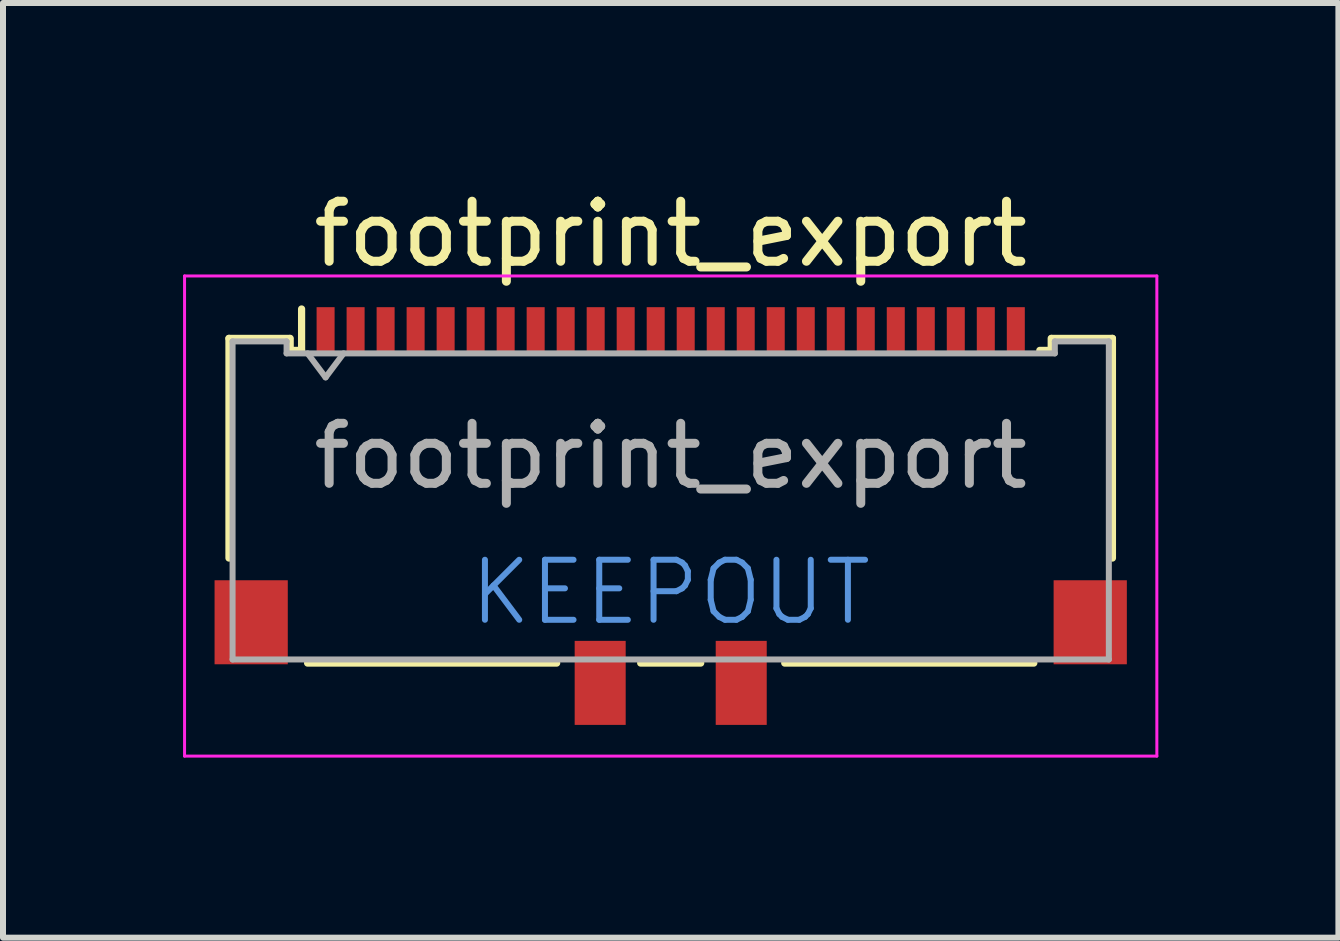
<source format=kicad_pcb>
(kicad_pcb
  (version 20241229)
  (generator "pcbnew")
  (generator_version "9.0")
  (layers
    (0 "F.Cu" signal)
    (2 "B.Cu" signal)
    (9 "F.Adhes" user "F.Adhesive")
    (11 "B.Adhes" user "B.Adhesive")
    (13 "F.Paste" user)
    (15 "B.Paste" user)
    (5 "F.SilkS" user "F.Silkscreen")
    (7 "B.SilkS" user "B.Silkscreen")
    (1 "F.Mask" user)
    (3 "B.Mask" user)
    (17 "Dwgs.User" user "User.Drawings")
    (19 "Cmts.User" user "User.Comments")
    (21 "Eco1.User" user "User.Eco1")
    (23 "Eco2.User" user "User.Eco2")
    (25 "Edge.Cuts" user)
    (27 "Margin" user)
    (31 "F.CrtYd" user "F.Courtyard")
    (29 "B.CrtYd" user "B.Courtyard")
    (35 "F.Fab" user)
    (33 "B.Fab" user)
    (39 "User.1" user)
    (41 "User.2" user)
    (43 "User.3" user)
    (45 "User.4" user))
  (footprint "footprint_export"
    (layer "F.Cu")
    (at 8.125 5.548)
    (property "Reference" "footprint_export" (at 0 -4.7 0) (layer "F.SilkS") (effects (font (size 1 1) (thickness 0.15))))
    (attr smd)
    (fp_line (start -7.36 -2.96) (end -6.35 -2.96) (stroke (width 0.12) (type solid)) (layer "F.SilkS"))
    (fp_line (start -7.36 0.7) (end -7.36 -2.96) (stroke (width 0.12) (type solid)) (layer "F.SilkS"))
    (fp_line (start -6.34 -2.76) (end -6.34 -2.96) (stroke (width 0.12) (type solid)) (layer "F.SilkS"))
    (fp_line (start -6.34 -2.76) (end -6.15 -2.76) (stroke (width 0.12) (type solid)) (layer "F.SilkS"))
    (fp_line (start -6.15 -2.76) (end -6.15 -3.45) (stroke (width 0.12) (type solid)) (layer "F.SilkS"))
    (fp_line (start -6.05 2.45) (end -1.9 2.45) (stroke (width 0.12) (type solid)) (layer "F.SilkS"))
    (fp_line (start -0.5 2.45) (end 0.5 2.45) (stroke (width 0.12) (type solid)) (layer "F.SilkS"))
    (fp_line (start 1.9 2.45) (end 6.05 2.45) (stroke (width 0.12) (type solid)) (layer "F.SilkS"))
    (fp_line (start 6.34 -2.96) (end 6.34 -2.76) (stroke (width 0.12) (type solid)) (layer "F.SilkS"))
    (fp_line (start 6.34 -2.76) (end 6.15 -2.76) (stroke (width 0.12) (type solid)) (layer "F.SilkS"))
    (fp_line (start 6.35 -2.96) (end 7.36 -2.96) (stroke (width 0.12) (type solid)) (layer "F.SilkS"))
    (fp_line (start 7.36 -2.96) (end 7.36 0.7) (stroke (width 0.12) (type solid)) (layer "F.SilkS"))
    (fp_line (start -8.1 -4) (end 8.1 -4) (stroke (width 0.05) (type solid)) (layer "F.CrtYd"))
    (fp_line (start -8.1 4) (end -8.1 -4) (stroke (width 0.05) (type solid)) (layer "F.CrtYd"))
    (fp_line (start 8.1 -4) (end 8.1 4) (stroke (width 0.05) (type solid)) (layer "F.CrtYd"))
    (fp_line (start 8.1 4) (end -8.1 4) (stroke (width 0.05) (type solid)) (layer "F.CrtYd"))
    (fp_line (start -7.3 -2.91) (end -7.3 2.39) (stroke (width 0.1) (type solid)) (layer "F.Fab"))
    (fp_line (start -7.3 2.39) (end 7.3 2.39) (stroke (width 0.1) (type solid)) (layer "F.Fab"))
    (fp_line (start -6.4 -2.91) (end -7.3 -2.91) (stroke (width 0.1) (type solid)) (layer "F.Fab"))
    (fp_line (start -6.4 -2.71) (end -6.4 -2.91) (stroke (width 0.1) (type solid)) (layer "F.Fab"))
    (fp_line (start -6.05 -2.71) (end -5.75 -2.31) (stroke (width 0.1) (type solid)) (layer "F.Fab"))
    (fp_line (start -5.75 -2.31) (end -5.45 -2.71) (stroke (width 0.1) (type solid)) (layer "F.Fab"))
    (fp_line (start 6.4 -2.91) (end 6.4 -2.71) (stroke (width 0.1) (type solid)) (layer "F.Fab"))
    (fp_line (start 6.4 -2.71) (end -6.4 -2.71) (stroke (width 0.1) (type solid)) (layer "F.Fab"))
    (fp_line (start 7.3 -2.91) (end 6.4 -2.91) (stroke (width 0.1) (type solid)) (layer "F.Fab"))
    (fp_line (start 7.3 -2.91) (end 7.3 2.39) (stroke (width 0.1) (type solid)) (layer "F.Fab"))
    (fp_text user "KEEPOUT" (at 0 1.271 0) (layer "Cmts.User") (effects (font (size 1 1) (thickness 0.1))))
    (fp_text user "${REFERENCE}" (at 0 -1 0) (layer "F.Fab") (effects (font (size 1 1) (thickness 0.15))))
    (pad "1" smd rect (at -5.75 -3.08) (size 0.3 0.8) (layers "F.Cu" "F.Mask" "F.Paste"))
    (pad "2" smd rect (at -5.25 -3.08) (size 0.3 0.8) (layers "F.Cu" "F.Mask" "F.Paste"))
    (pad "3" smd rect (at -4.75 -3.08) (size 0.3 0.8) (layers "F.Cu" "F.Mask" "F.Paste"))
    (pad "4" smd rect (at -4.25 -3.08) (size 0.3 0.8) (layers "F.Cu" "F.Mask" "F.Paste"))
    (pad "5" smd rect (at -3.75 -3.08) (size 0.3 0.8) (layers "F.Cu" "F.Mask" "F.Paste"))
    (pad "6" smd rect (at -3.25 -3.08) (size 0.3 0.8) (layers "F.Cu" "F.Mask" "F.Paste"))
    (pad "7" smd rect (at -2.75 -3.08) (size 0.3 0.8) (layers "F.Cu" "F.Mask" "F.Paste"))
    (pad "8" smd rect (at -2.25 -3.08) (size 0.3 0.8) (layers "F.Cu" "F.Mask" "F.Paste"))
    (pad "9" smd rect (at -1.75 -3.08) (size 0.3 0.8) (layers "F.Cu" "F.Mask" "F.Paste"))
    (pad "10" smd rect (at -1.25 -3.08) (size 0.3 0.8) (layers "F.Cu" "F.Mask" "F.Paste"))
    (pad "11" smd rect (at -0.75 -3.08) (size 0.3 0.8) (layers "F.Cu" "F.Mask" "F.Paste"))
    (pad "12" smd rect (at -0.25 -3.08) (size 0.3 0.8) (layers "F.Cu" "F.Mask" "F.Paste"))
    (pad "13" smd rect (at 0.25 -3.08) (size 0.3 0.8) (layers "F.Cu" "F.Mask" "F.Paste"))
    (pad "14" smd rect (at 0.75 -3.08) (size 0.3 0.8) (layers "F.Cu" "F.Mask" "F.Paste"))
    (pad "15" smd rect (at 1.25 -3.08) (size 0.3 0.8) (layers "F.Cu" "F.Mask" "F.Paste"))
    (pad "16" smd rect (at 1.75 -3.08) (size 0.3 0.8) (layers "F.Cu" "F.Mask" "F.Paste"))
    (pad "17" smd rect (at 2.25 -3.08) (size 0.3 0.8) (layers "F.Cu" "F.Mask" "F.Paste"))
    (pad "18" smd rect (at 2.75 -3.08) (size 0.3 0.8) (layers "F.Cu" "F.Mask" "F.Paste"))
    (pad "19" smd rect (at 3.25 -3.08) (size 0.3 0.8) (layers "F.Cu" "F.Mask" "F.Paste"))
    (pad "20" smd rect (at 3.75 -3.08) (size 0.3 0.8) (layers "F.Cu" "F.Mask" "F.Paste"))
    (pad "21" smd rect (at 4.25 -3.08) (size 0.3 0.8) (layers "F.Cu" "F.Mask" "F.Paste"))
    (pad "22" smd rect (at 4.75 -3.08) (size 0.3 0.8) (layers "F.Cu" "F.Mask" "F.Paste"))
    (pad "23" smd rect (at 5.25 -3.08) (size 0.3 0.8) (layers "F.Cu" "F.Mask" "F.Paste"))
    (pad "24" smd rect (at 5.75 -3.08) (size 0.3 0.8) (layers "F.Cu" "F.Mask" "F.Paste"))
    (pad "MP" smd rect (at -6.99 1.77) (size 1.22 1.4) (layers "F.Cu" "F.Mask" "F.Paste"))
    (pad "MP" smd rect (at -1.175 2.78) (size 0.85 1.4) (layers "F.Cu" "F.Mask" "F.Paste"))
    (pad "MP" smd rect (at 1.175 2.78) (size 0.85 1.4) (layers "F.Cu" "F.Mask" "F.Paste"))
    (pad "MP" smd rect (at 6.99 1.77) (size 1.22 1.4) (layers "F.Cu" "F.Mask" "F.Paste"))
    (zone (net_name "") (layer "F.Cu") (hatch full 0.508) (connect_pads) (min_thickness 0.254) (filled_areas_thickness no) (keepout (tracks not_allowed) (vias not_allowed) (pads not_allowed) (copperpour not_allowed) (footprints not_allowed)) (placement (enabled no)) (fill) (polygon (pts (xy 8.125 8.058) (xy 7.375 8.058) (xy 7.375 7.628) (xy 6.525 7.628) (xy 6.525 8.058) (xy 1.745 8.058) (xy 1.745 5.508) (xy 8.125 5.508))))
    (zone (net_name "") (layer "F.Cu") (hatch full 0.508) (connect_pads) (min_thickness 0.254) (filled_areas_thickness no) (keepout (tracks not_allowed) (vias not_allowed) (pads not_allowed) (copperpour not_allowed) (footprints not_allowed)) (placement (enabled no)) (fill) (polygon (pts (xy 8.125 8.058) (xy 8.875 8.058) (xy 8.875 7.628) (xy 9.725 7.628) (xy 9.725 8.058) (xy 14.505 8.058) (xy 14.505 5.508) (xy 8.125 5.508)))))
  (gr_rect
    (start -3 -3)
    (end 19.25 12.573)
    (stroke (width 0.1) (type default))
    (fill no)
    (layer "Edge.Cuts")))
</source>
